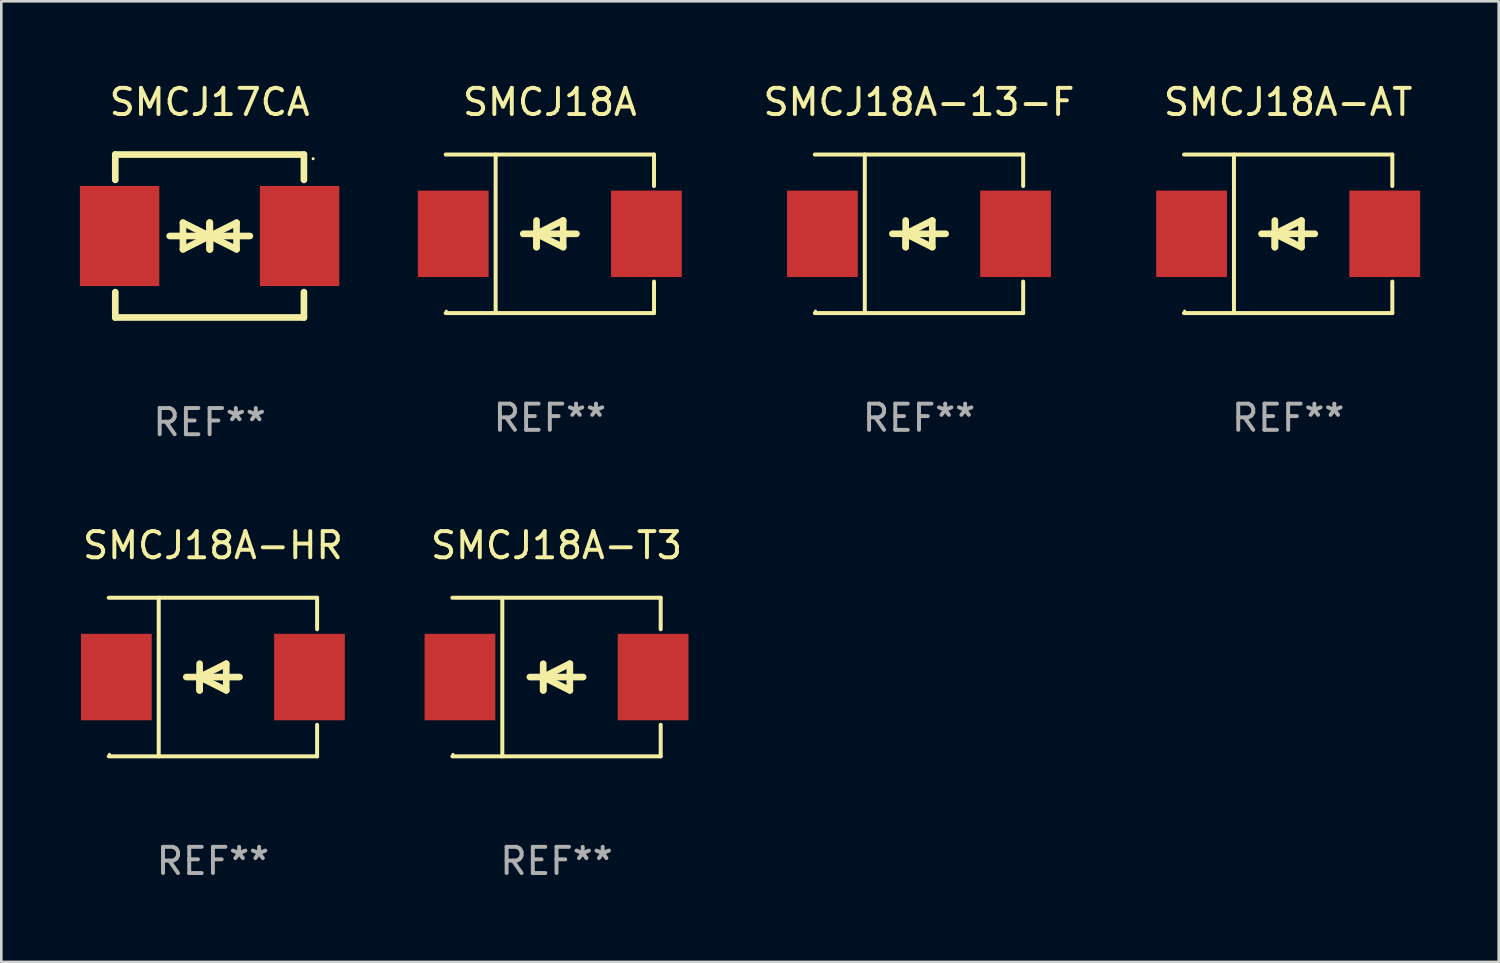
<source format=kicad_pcb>
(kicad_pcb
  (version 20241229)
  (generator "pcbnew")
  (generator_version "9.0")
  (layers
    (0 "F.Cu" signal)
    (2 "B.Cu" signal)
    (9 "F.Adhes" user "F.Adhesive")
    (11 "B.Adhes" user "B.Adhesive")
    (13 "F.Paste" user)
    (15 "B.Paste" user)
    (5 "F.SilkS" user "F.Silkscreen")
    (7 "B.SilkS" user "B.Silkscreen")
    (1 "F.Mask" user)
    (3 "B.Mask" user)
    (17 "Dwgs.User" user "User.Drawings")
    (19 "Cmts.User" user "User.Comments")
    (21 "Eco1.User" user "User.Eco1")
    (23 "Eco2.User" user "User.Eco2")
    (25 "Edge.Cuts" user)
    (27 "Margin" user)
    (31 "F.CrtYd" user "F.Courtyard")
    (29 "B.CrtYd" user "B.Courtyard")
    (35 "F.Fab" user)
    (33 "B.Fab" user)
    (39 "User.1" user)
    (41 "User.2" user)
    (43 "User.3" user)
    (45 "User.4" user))
  (footprint "SMCJ18A-13-F"
    (layer "F.Cu")
    (at 32.026 5.874)
    (property "Reference" "SMCJ18A-13-F" (at 0 -5.026 0) (layer "F.SilkS") (effects (font (size 1 1) (thickness 0.15))))
    (attr through_hole)
    (fp_line (start -3.976 -3.026) (end 3.976 -3.026) (stroke (width 0.152) (type solid)) (layer "F.SilkS"))
    (fp_line (start -3.976 3.026) (end 3.976 3.026) (stroke (width 0.152) (type solid)) (layer "F.SilkS"))
    (fp_line (start -2.069 -3.026) (end -2.069 3.026) (stroke (width 0.152) (type solid)) (layer "F.SilkS"))
    (fp_line (start -0.508 0) (end -0.508 0.508) (stroke (width 0.254) (type solid)) (layer "F.SilkS"))
    (fp_line (start -0.508 0) (end 0.508 0.508) (stroke (width 0.254) (type solid)) (layer "F.SilkS"))
    (fp_line (start -0.508 0.508) (end -0.508 -0.508) (stroke (width 0.254) (type solid)) (layer "F.SilkS"))
    (fp_line (start 0.508 -0.508) (end -0.508 0) (stroke (width 0.254) (type solid)) (layer "F.SilkS"))
    (fp_line (start 0.508 0.508) (end 0.508 -0.508) (stroke (width 0.254) (type solid)) (layer "F.SilkS"))
    (fp_line (start 1.016 0) (end -1.016 0) (stroke (width 0.254) (type solid)) (layer "F.SilkS"))
    (fp_line (start 3.976 -3.026) (end 3.976 -1.823) (stroke (width 0.152) (type solid)) (layer "F.SilkS"))
    (fp_line (start 3.976 3.026) (end 3.976 1.823) (stroke (width 0.152) (type solid)) (layer "F.SilkS"))
    (fp_circle (center -3.95 2.95) (end -3.92 2.95) (stroke (width 0.06) (type solid)) (fill no) (layer "F.SilkS"))
    (fp_text user "REF**" (at 0 7.026 0) (layer "F.Fab") (effects (font (size 1 1) (thickness 0.15))))
    (pad "1" smd rect (at -3.686 0) (size 2.7 3.3) (layers "F.Cu" "F.Mask" "F.Paste"))
    (pad "2" smd rect (at 3.686 0) (size 2.7 3.3) (layers "F.Cu" "F.Mask" "F.Paste")))
  (footprint "SMCJ18A-AT"
    (layer "F.Cu")
    (at 46.116 5.874)
    (property "Reference" "SMCJ18A-AT" (at 0 -5.026 0) (layer "F.SilkS") (effects (font (size 1 1) (thickness 0.15))))
    (attr through_hole)
    (fp_line (start -3.976 -3.026) (end 3.976 -3.026) (stroke (width 0.152) (type solid)) (layer "F.SilkS"))
    (fp_line (start -3.976 3.026) (end 3.976 3.026) (stroke (width 0.152) (type solid)) (layer "F.SilkS"))
    (fp_line (start -2.069 -3.026) (end -2.069 3.026) (stroke (width 0.152) (type solid)) (layer "F.SilkS"))
    (fp_line (start -0.508 0) (end -0.508 0.508) (stroke (width 0.254) (type solid)) (layer "F.SilkS"))
    (fp_line (start -0.508 0) (end 0.508 0.508) (stroke (width 0.254) (type solid)) (layer "F.SilkS"))
    (fp_line (start -0.508 0.508) (end -0.508 -0.508) (stroke (width 0.254) (type solid)) (layer "F.SilkS"))
    (fp_line (start 0.508 -0.508) (end -0.508 0) (stroke (width 0.254) (type solid)) (layer "F.SilkS"))
    (fp_line (start 0.508 0.508) (end 0.508 -0.508) (stroke (width 0.254) (type solid)) (layer "F.SilkS"))
    (fp_line (start 1.016 0) (end -1.016 0) (stroke (width 0.254) (type solid)) (layer "F.SilkS"))
    (fp_line (start 3.976 -3.026) (end 3.976 -1.823) (stroke (width 0.152) (type solid)) (layer "F.SilkS"))
    (fp_line (start 3.976 3.026) (end 3.976 1.823) (stroke (width 0.152) (type solid)) (layer "F.SilkS"))
    (fp_circle (center -3.95 2.95) (end -3.92 2.95) (stroke (width 0.06) (type solid)) (fill no) (layer "F.SilkS"))
    (fp_text user "REF**" (at 0 7.026 0) (layer "F.Fab") (effects (font (size 1 1) (thickness 0.15))))
    (pad "1" smd rect (at -3.686 0) (size 2.7 3.3) (layers "F.Cu" "F.Mask" "F.Paste"))
    (pad "2" smd rect (at 3.686 0) (size 2.7 3.3) (layers "F.Cu" "F.Mask" "F.Paste")))
  (footprint "SMCJ18A"
    (layer "F.Cu")
    (at 17.936 5.874)
    (property "Reference" "SMCJ18A" (at 0 -5.026 0) (layer "F.SilkS") (effects (font (size 1 1) (thickness 0.15))))
    (attr through_hole)
    (fp_line (start -3.976 -3.026) (end 3.976 -3.026) (stroke (width 0.152) (type solid)) (layer "F.SilkS"))
    (fp_line (start -3.976 3.026) (end 3.976 3.026) (stroke (width 0.152) (type solid)) (layer "F.SilkS"))
    (fp_line (start -2.069 -3.026) (end -2.069 3.026) (stroke (width 0.152) (type solid)) (layer "F.SilkS"))
    (fp_line (start -0.508 0) (end -0.508 0.508) (stroke (width 0.254) (type solid)) (layer "F.SilkS"))
    (fp_line (start -0.508 0) (end 0.508 0.508) (stroke (width 0.254) (type solid)) (layer "F.SilkS"))
    (fp_line (start -0.508 0.508) (end -0.508 -0.508) (stroke (width 0.254) (type solid)) (layer "F.SilkS"))
    (fp_line (start 0.508 -0.508) (end -0.508 0) (stroke (width 0.254) (type solid)) (layer "F.SilkS"))
    (fp_line (start 0.508 0.508) (end 0.508 -0.508) (stroke (width 0.254) (type solid)) (layer "F.SilkS"))
    (fp_line (start 1.016 0) (end -1.016 0) (stroke (width 0.254) (type solid)) (layer "F.SilkS"))
    (fp_line (start 3.976 -3.026) (end 3.976 -1.823) (stroke (width 0.152) (type solid)) (layer "F.SilkS"))
    (fp_line (start 3.976 3.026) (end 3.976 1.823) (stroke (width 0.152) (type solid)) (layer "F.SilkS"))
    (fp_circle (center -3.95 2.95) (end -3.92 2.95) (stroke (width 0.06) (type solid)) (fill no) (layer "F.SilkS"))
    (fp_text user "REF**" (at 0 7.026 0) (layer "F.Fab") (effects (font (size 1 1) (thickness 0.15))))
    (pad "1" smd rect (at -3.686 0) (size 2.7 3.3) (layers "F.Cu" "F.Mask" "F.Paste"))
    (pad "2" smd rect (at 3.686 0) (size 2.7 3.3) (layers "F.Cu" "F.Mask" "F.Paste")))
  (footprint "SMCJ17CA"
    (layer "F.Cu")
    (at 4.95 5.958)
    (property "Reference" "SMCJ17CA" (at 0 -5.11 0) (layer "F.SilkS") (effects (font (size 1 1) (thickness 0.15))))
    (attr through_hole)
    (fp_line (start -3.6 -2.141) (end -3.6 -3.11) (stroke (width 0.254) (type solid)) (layer "F.SilkS"))
    (fp_line (start -3.6 3.11) (end -3.6 2.141) (stroke (width 0.254) (type solid)) (layer "F.SilkS"))
    (fp_line (start -1.524 0) (end 0.508 0) (stroke (width 0.254) (type solid)) (layer "F.SilkS"))
    (fp_line (start -1.016 -0.508) (end -1.016 0.508) (stroke (width 0.254) (type solid)) (layer "F.SilkS"))
    (fp_line (start -1.016 0.508) (end 0 0) (stroke (width 0.254) (type solid)) (layer "F.SilkS"))
    (fp_line (start 0 -0.508) (end 0 0.508) (stroke (width 0.254) (type solid)) (layer "F.SilkS"))
    (fp_line (start 0 0) (end -1.016 -0.508) (stroke (width 0.254) (type solid)) (layer "F.SilkS"))
    (fp_line (start 0 0) (end 0 -0.508) (stroke (width 0.254) (type solid)) (layer "F.SilkS"))
    (fp_line (start 0.012 0) (end 0.012 0.508) (stroke (width 0.254) (type solid)) (layer "F.SilkS"))
    (fp_line (start 0.012 0) (end 1.028 0.508) (stroke (width 0.254) (type solid)) (layer "F.SilkS"))
    (fp_line (start 0.012 0.508) (end 0.012 -0.508) (stroke (width 0.254) (type solid)) (layer "F.SilkS"))
    (fp_line (start 1.028 -0.508) (end 0.012 0) (stroke (width 0.254) (type solid)) (layer "F.SilkS"))
    (fp_line (start 1.028 0.508) (end 1.028 -0.508) (stroke (width 0.254) (type solid)) (layer "F.SilkS"))
    (fp_line (start 1.536 0) (end -0.496 0) (stroke (width 0.254) (type solid)) (layer "F.SilkS"))
    (fp_line (start 3.6 -3.11) (end -3.6 -3.11) (stroke (width 0.254) (type solid)) (layer "F.SilkS"))
    (fp_line (start 3.6 -2.141) (end 3.6 -3.11) (stroke (width 0.254) (type solid)) (layer "F.SilkS"))
    (fp_line (start 3.6 3.11) (end -3.6 3.11) (stroke (width 0.254) (type solid)) (layer "F.SilkS"))
    (fp_line (start 3.6 3.11) (end 3.6 2.141) (stroke (width 0.254) (type solid)) (layer "F.SilkS"))
    (fp_circle (center 3.952 -2.95) (end 3.982 -2.95) (stroke (width 0.06) (type solid)) (fill no) (layer "F.SilkS"))
    (fp_text user "REF**" (at 0 7.11 0) (layer "F.Fab") (effects (font (size 1 1) (thickness 0.15))))
    (pad "1" smd rect (at 3.435 0) (size 3.03 3.82) (layers "F.Cu" "F.Mask" "F.Paste"))
    (pad "2" smd rect (at -3.435 0) (size 3.03 3.82) (layers "F.Cu" "F.Mask" "F.Paste")))
  (footprint "SMCJ18A-T3"
    (layer "F.Cu")
    (at 18.191 22.791)
    (property "Reference" "SMCJ18A-T3" (at 0 -5.026 0) (layer "F.SilkS") (effects (font (size 1 1) (thickness 0.15))))
    (attr through_hole)
    (fp_line (start -3.976 -3.026) (end 3.976 -3.026) (stroke (width 0.152) (type solid)) (layer "F.SilkS"))
    (fp_line (start -3.976 3.026) (end 3.976 3.026) (stroke (width 0.152) (type solid)) (layer "F.SilkS"))
    (fp_line (start -2.069 -3.026) (end -2.069 3.026) (stroke (width 0.152) (type solid)) (layer "F.SilkS"))
    (fp_line (start -0.508 0) (end -0.508 0.508) (stroke (width 0.254) (type solid)) (layer "F.SilkS"))
    (fp_line (start -0.508 0) (end 0.508 0.508) (stroke (width 0.254) (type solid)) (layer "F.SilkS"))
    (fp_line (start -0.508 0.508) (end -0.508 -0.508) (stroke (width 0.254) (type solid)) (layer "F.SilkS"))
    (fp_line (start 0.508 -0.508) (end -0.508 0) (stroke (width 0.254) (type solid)) (layer "F.SilkS"))
    (fp_line (start 0.508 0.508) (end 0.508 -0.508) (stroke (width 0.254) (type solid)) (layer "F.SilkS"))
    (fp_line (start 1.016 0) (end -1.016 0) (stroke (width 0.254) (type solid)) (layer "F.SilkS"))
    (fp_line (start 3.976 -3.026) (end 3.976 -1.823) (stroke (width 0.152) (type solid)) (layer "F.SilkS"))
    (fp_line (start 3.976 3.026) (end 3.976 1.823) (stroke (width 0.152) (type solid)) (layer "F.SilkS"))
    (fp_circle (center -3.95 2.95) (end -3.92 2.95) (stroke (width 0.06) (type solid)) (fill no) (layer "F.SilkS"))
    (fp_text user "REF**" (at 0 7.026 0) (layer "F.Fab") (effects (font (size 1 1) (thickness 0.15))))
    (pad "1" smd rect (at -3.686 0) (size 2.7 3.3) (layers "F.Cu" "F.Mask" "F.Paste"))
    (pad "2" smd rect (at 3.686 0) (size 2.7 3.3) (layers "F.Cu" "F.Mask" "F.Paste")))
  (footprint "SMCJ18A-HR"
    (layer "F.Cu")
    (at 5.077 22.791)
    (property "Reference" "SMCJ18A-HR" (at 0 -5.026 0) (layer "F.SilkS") (effects (font (size 1 1) (thickness 0.15))))
    (attr through_hole)
    (fp_line (start -3.976 -3.026) (end 3.976 -3.026) (stroke (width 0.152) (type solid)) (layer "F.SilkS"))
    (fp_line (start -3.976 3.026) (end 3.976 3.026) (stroke (width 0.152) (type solid)) (layer "F.SilkS"))
    (fp_line (start -2.069 -3.026) (end -2.069 3.026) (stroke (width 0.152) (type solid)) (layer "F.SilkS"))
    (fp_line (start -0.508 0) (end -0.508 0.508) (stroke (width 0.254) (type solid)) (layer "F.SilkS"))
    (fp_line (start -0.508 0) (end 0.508 0.508) (stroke (width 0.254) (type solid)) (layer "F.SilkS"))
    (fp_line (start -0.508 0.508) (end -0.508 -0.508) (stroke (width 0.254) (type solid)) (layer "F.SilkS"))
    (fp_line (start 0.508 -0.508) (end -0.508 0) (stroke (width 0.254) (type solid)) (layer "F.SilkS"))
    (fp_line (start 0.508 0.508) (end 0.508 -0.508) (stroke (width 0.254) (type solid)) (layer "F.SilkS"))
    (fp_line (start 1.016 0) (end -1.016 0) (stroke (width 0.254) (type solid)) (layer "F.SilkS"))
    (fp_line (start 3.976 -3.026) (end 3.976 -1.823) (stroke (width 0.152) (type solid)) (layer "F.SilkS"))
    (fp_line (start 3.976 3.026) (end 3.976 1.823) (stroke (width 0.152) (type solid)) (layer "F.SilkS"))
    (fp_circle (center -3.95 2.95) (end -3.92 2.95) (stroke (width 0.06) (type solid)) (fill no) (layer "F.SilkS"))
    (fp_text user "REF**" (at 0 7.026 0) (layer "F.Fab") (effects (font (size 1 1) (thickness 0.15))))
    (pad "1" smd rect (at -3.686 0) (size 2.7 3.3) (layers "F.Cu" "F.Mask" "F.Paste"))
    (pad "2" smd rect (at 3.686 0) (size 2.7 3.3) (layers "F.Cu" "F.Mask" "F.Paste")))
  (gr_rect
    (start -3 -3)
    (end 54.152 33.665)
    (stroke (width 0.1) (type default))
    (fill no)
    (layer "Edge.Cuts")))
</source>
